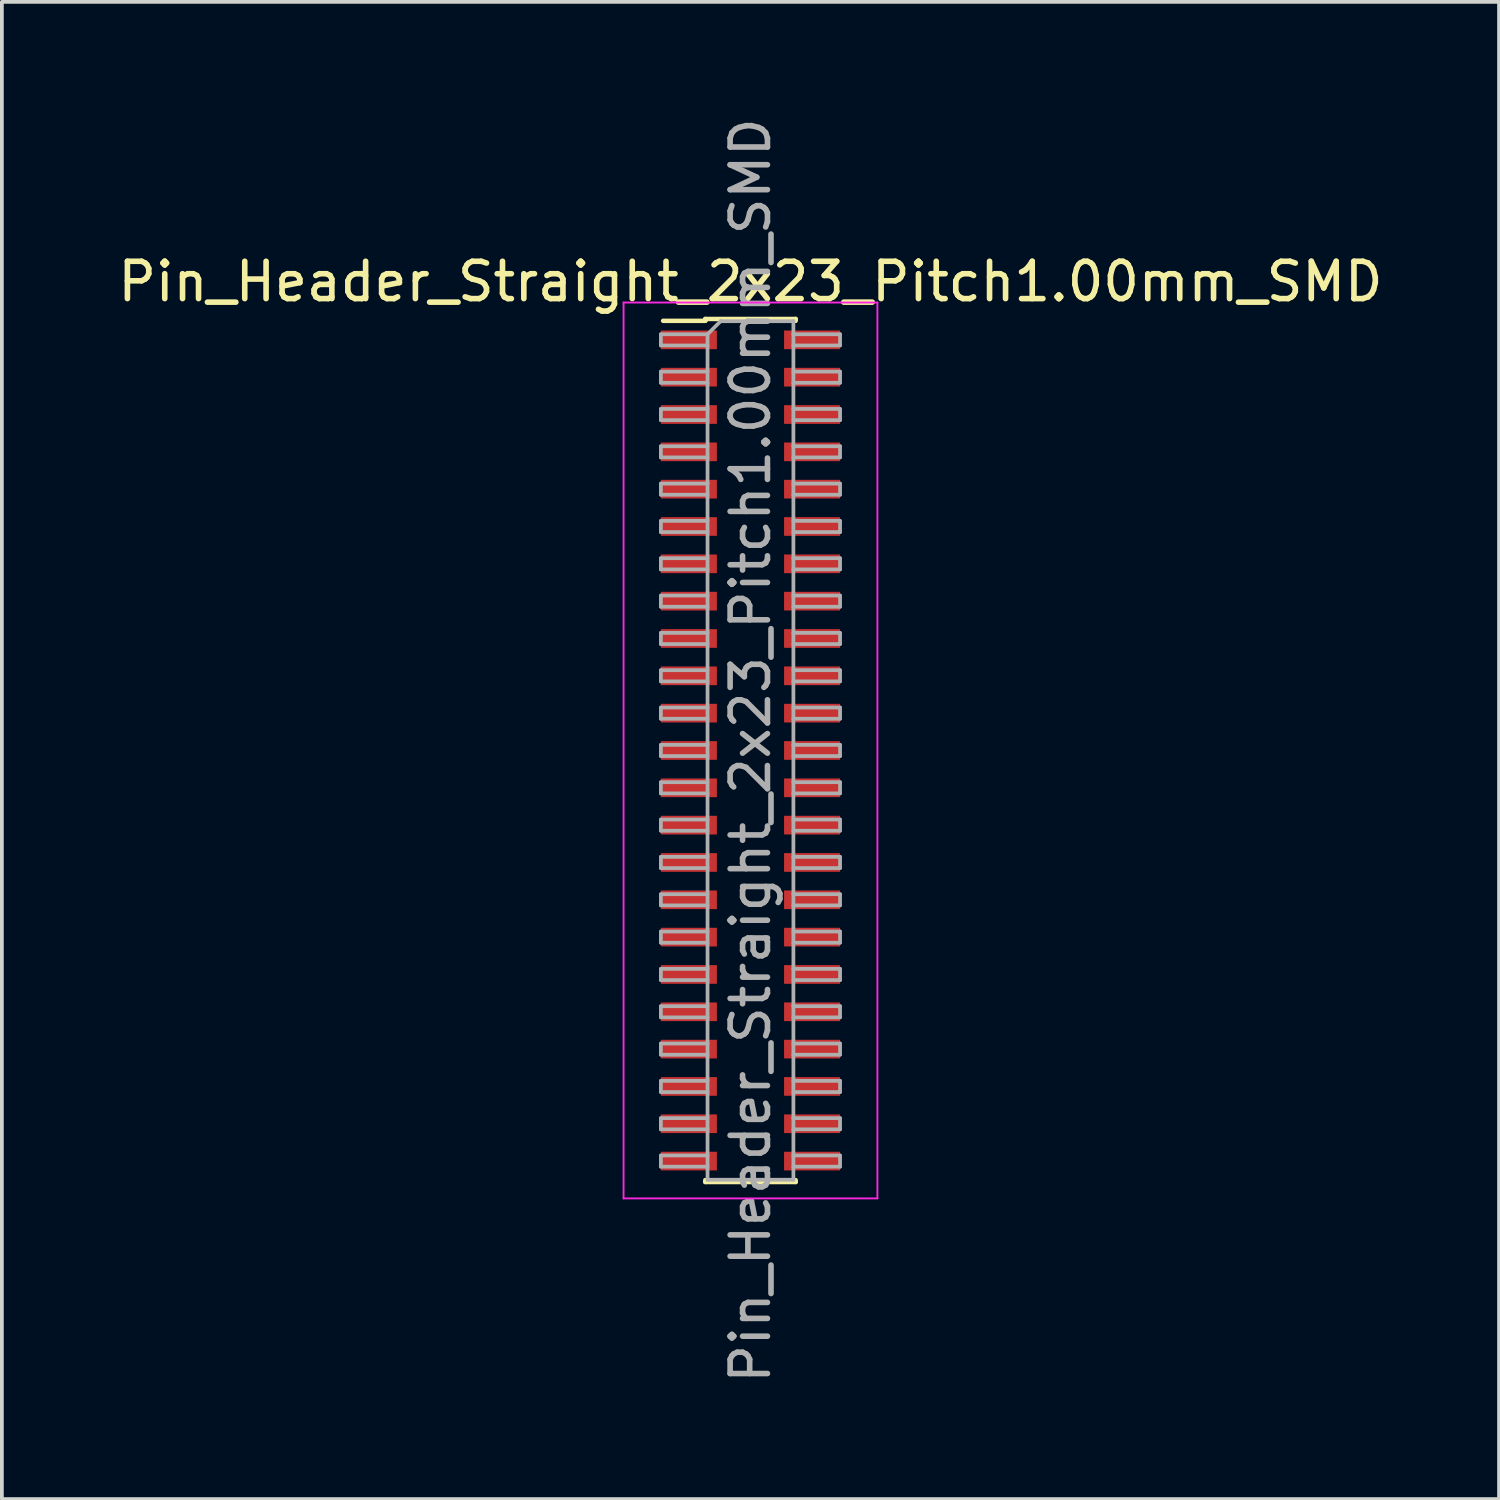
<source format=kicad_pcb>
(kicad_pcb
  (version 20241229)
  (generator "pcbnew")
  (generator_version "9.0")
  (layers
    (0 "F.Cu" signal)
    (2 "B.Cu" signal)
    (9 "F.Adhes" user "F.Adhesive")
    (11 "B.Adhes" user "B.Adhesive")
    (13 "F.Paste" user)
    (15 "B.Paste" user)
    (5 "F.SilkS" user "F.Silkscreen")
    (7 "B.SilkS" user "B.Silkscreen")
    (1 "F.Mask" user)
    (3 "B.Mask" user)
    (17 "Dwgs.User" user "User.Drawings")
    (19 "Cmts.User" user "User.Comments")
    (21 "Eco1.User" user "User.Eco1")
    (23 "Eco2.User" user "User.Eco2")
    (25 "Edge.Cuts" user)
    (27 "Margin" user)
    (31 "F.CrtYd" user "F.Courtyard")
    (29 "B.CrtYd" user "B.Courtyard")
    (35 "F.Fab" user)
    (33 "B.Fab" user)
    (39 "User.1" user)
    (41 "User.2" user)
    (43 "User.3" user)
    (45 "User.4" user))
  (footprint "Pin_Header_Straight_2x23_Pitch1.00mm_SMD"
    (layer "F.Cu")
    (at 17.054 17.054)
    (property "Reference" "Pin_Header_Straight_2x23_Pitch1.00mm_SMD" (at 0 -12.56 0) (layer "F.SilkS") (effects (font (size 1 1) (thickness 0.15))))
    (attr smd)
    (fp_line (start -2.34 -11.51) (end -1.21 -11.51) (stroke (width 0.12) (type solid)) (layer "F.SilkS"))
    (fp_line (start -1.21 -11.56) (end -1.21 -11.51) (stroke (width 0.12) (type solid)) (layer "F.SilkS"))
    (fp_line (start -1.21 -11.56) (end 1.21 -11.56) (stroke (width 0.12) (type solid)) (layer "F.SilkS"))
    (fp_line (start -1.21 11.51) (end -1.21 11.56) (stroke (width 0.12) (type solid)) (layer "F.SilkS"))
    (fp_line (start -1.21 11.56) (end 1.21 11.56) (stroke (width 0.12) (type solid)) (layer "F.SilkS"))
    (fp_line (start 1.21 -11.56) (end 1.21 -11.51) (stroke (width 0.12) (type solid)) (layer "F.SilkS"))
    (fp_line (start 1.21 11.51) (end 1.21 11.56) (stroke (width 0.12) (type solid)) (layer "F.SilkS"))
    (fp_line (start -3.4 -12) (end -3.4 12) (stroke (width 0.05) (type solid)) (layer "F.CrtYd"))
    (fp_line (start -3.4 12) (end 3.4 12) (stroke (width 0.05) (type solid)) (layer "F.CrtYd"))
    (fp_line (start 3.4 -12) (end -3.4 -12) (stroke (width 0.05) (type solid)) (layer "F.CrtYd"))
    (fp_line (start 3.4 12) (end 3.4 -12) (stroke (width 0.05) (type solid)) (layer "F.CrtYd"))
    (fp_line (start -2.4 -11.15) (end -2.4 -10.85) (stroke (width 0.1) (type solid)) (layer "F.Fab"))
    (fp_line (start -2.4 -10.85) (end -1.15 -10.85) (stroke (width 0.1) (type solid)) (layer "F.Fab"))
    (fp_line (start -2.4 -10.15) (end -2.4 -9.85) (stroke (width 0.1) (type solid)) (layer "F.Fab"))
    (fp_line (start -2.4 -9.85) (end -1.15 -9.85) (stroke (width 0.1) (type solid)) (layer "F.Fab"))
    (fp_line (start -2.4 -9.15) (end -2.4 -8.85) (stroke (width 0.1) (type solid)) (layer "F.Fab"))
    (fp_line (start -2.4 -8.85) (end -1.15 -8.85) (stroke (width 0.1) (type solid)) (layer "F.Fab"))
    (fp_line (start -2.4 -8.15) (end -2.4 -7.85) (stroke (width 0.1) (type solid)) (layer "F.Fab"))
    (fp_line (start -2.4 -7.85) (end -1.15 -7.85) (stroke (width 0.1) (type solid)) (layer "F.Fab"))
    (fp_line (start -2.4 -7.15) (end -2.4 -6.85) (stroke (width 0.1) (type solid)) (layer "F.Fab"))
    (fp_line (start -2.4 -6.85) (end -1.15 -6.85) (stroke (width 0.1) (type solid)) (layer "F.Fab"))
    (fp_line (start -2.4 -6.15) (end -2.4 -5.85) (stroke (width 0.1) (type solid)) (layer "F.Fab"))
    (fp_line (start -2.4 -5.85) (end -1.15 -5.85) (stroke (width 0.1) (type solid)) (layer "F.Fab"))
    (fp_line (start -2.4 -5.15) (end -2.4 -4.85) (stroke (width 0.1) (type solid)) (layer "F.Fab"))
    (fp_line (start -2.4 -4.85) (end -1.15 -4.85) (stroke (width 0.1) (type solid)) (layer "F.Fab"))
    (fp_line (start -2.4 -4.15) (end -2.4 -3.85) (stroke (width 0.1) (type solid)) (layer "F.Fab"))
    (fp_line (start -2.4 -3.85) (end -1.15 -3.85) (stroke (width 0.1) (type solid)) (layer "F.Fab"))
    (fp_line (start -2.4 -3.15) (end -2.4 -2.85) (stroke (width 0.1) (type solid)) (layer "F.Fab"))
    (fp_line (start -2.4 -2.85) (end -1.15 -2.85) (stroke (width 0.1) (type solid)) (layer "F.Fab"))
    (fp_line (start -2.4 -2.15) (end -2.4 -1.85) (stroke (width 0.1) (type solid)) (layer "F.Fab"))
    (fp_line (start -2.4 -1.85) (end -1.15 -1.85) (stroke (width 0.1) (type solid)) (layer "F.Fab"))
    (fp_line (start -2.4 -1.15) (end -2.4 -0.85) (stroke (width 0.1) (type solid)) (layer "F.Fab"))
    (fp_line (start -2.4 -0.85) (end -1.15 -0.85) (stroke (width 0.1) (type solid)) (layer "F.Fab"))
    (fp_line (start -2.4 -0.15) (end -2.4 0.15) (stroke (width 0.1) (type solid)) (layer "F.Fab"))
    (fp_line (start -2.4 0.15) (end -1.15 0.15) (stroke (width 0.1) (type solid)) (layer "F.Fab"))
    (fp_line (start -2.4 0.85) (end -2.4 1.15) (stroke (width 0.1) (type solid)) (layer "F.Fab"))
    (fp_line (start -2.4 1.15) (end -1.15 1.15) (stroke (width 0.1) (type solid)) (layer "F.Fab"))
    (fp_line (start -2.4 1.85) (end -2.4 2.15) (stroke (width 0.1) (type solid)) (layer "F.Fab"))
    (fp_line (start -2.4 2.15) (end -1.15 2.15) (stroke (width 0.1) (type solid)) (layer "F.Fab"))
    (fp_line (start -2.4 2.85) (end -2.4 3.15) (stroke (width 0.1) (type solid)) (layer "F.Fab"))
    (fp_line (start -2.4 3.15) (end -1.15 3.15) (stroke (width 0.1) (type solid)) (layer "F.Fab"))
    (fp_line (start -2.4 3.85) (end -2.4 4.15) (stroke (width 0.1) (type solid)) (layer "F.Fab"))
    (fp_line (start -2.4 4.15) (end -1.15 4.15) (stroke (width 0.1) (type solid)) (layer "F.Fab"))
    (fp_line (start -2.4 4.85) (end -2.4 5.15) (stroke (width 0.1) (type solid)) (layer "F.Fab"))
    (fp_line (start -2.4 5.15) (end -1.15 5.15) (stroke (width 0.1) (type solid)) (layer "F.Fab"))
    (fp_line (start -2.4 5.85) (end -2.4 6.15) (stroke (width 0.1) (type solid)) (layer "F.Fab"))
    (fp_line (start -2.4 6.15) (end -1.15 6.15) (stroke (width 0.1) (type solid)) (layer "F.Fab"))
    (fp_line (start -2.4 6.85) (end -2.4 7.15) (stroke (width 0.1) (type solid)) (layer "F.Fab"))
    (fp_line (start -2.4 7.15) (end -1.15 7.15) (stroke (width 0.1) (type solid)) (layer "F.Fab"))
    (fp_line (start -2.4 7.85) (end -2.4 8.15) (stroke (width 0.1) (type solid)) (layer "F.Fab"))
    (fp_line (start -2.4 8.15) (end -1.15 8.15) (stroke (width 0.1) (type solid)) (layer "F.Fab"))
    (fp_line (start -2.4 8.85) (end -2.4 9.15) (stroke (width 0.1) (type solid)) (layer "F.Fab"))
    (fp_line (start -2.4 9.15) (end -1.15 9.15) (stroke (width 0.1) (type solid)) (layer "F.Fab"))
    (fp_line (start -2.4 9.85) (end -2.4 10.15) (stroke (width 0.1) (type solid)) (layer "F.Fab"))
    (fp_line (start -2.4 10.15) (end -1.15 10.15) (stroke (width 0.1) (type solid)) (layer "F.Fab"))
    (fp_line (start -2.4 10.85) (end -2.4 11.15) (stroke (width 0.1) (type solid)) (layer "F.Fab"))
    (fp_line (start -2.4 11.15) (end -1.15 11.15) (stroke (width 0.1) (type solid)) (layer "F.Fab"))
    (fp_line (start -1.15 -11.15) (end -2.4 -11.15) (stroke (width 0.1) (type solid)) (layer "F.Fab"))
    (fp_line (start -1.15 -11.15) (end -0.8 -11.5) (stroke (width 0.1) (type solid)) (layer "F.Fab"))
    (fp_line (start -1.15 -10.15) (end -2.4 -10.15) (stroke (width 0.1) (type solid)) (layer "F.Fab"))
    (fp_line (start -1.15 -9.15) (end -2.4 -9.15) (stroke (width 0.1) (type solid)) (layer "F.Fab"))
    (fp_line (start -1.15 -8.15) (end -2.4 -8.15) (stroke (width 0.1) (type solid)) (layer "F.Fab"))
    (fp_line (start -1.15 -7.15) (end -2.4 -7.15) (stroke (width 0.1) (type solid)) (layer "F.Fab"))
    (fp_line (start -1.15 -6.15) (end -2.4 -6.15) (stroke (width 0.1) (type solid)) (layer "F.Fab"))
    (fp_line (start -1.15 -5.15) (end -2.4 -5.15) (stroke (width 0.1) (type solid)) (layer "F.Fab"))
    (fp_line (start -1.15 -4.15) (end -2.4 -4.15) (stroke (width 0.1) (type solid)) (layer "F.Fab"))
    (fp_line (start -1.15 -3.15) (end -2.4 -3.15) (stroke (width 0.1) (type solid)) (layer "F.Fab"))
    (fp_line (start -1.15 -2.15) (end -2.4 -2.15) (stroke (width 0.1) (type solid)) (layer "F.Fab"))
    (fp_line (start -1.15 -1.15) (end -2.4 -1.15) (stroke (width 0.1) (type solid)) (layer "F.Fab"))
    (fp_line (start -1.15 -0.15) (end -2.4 -0.15) (stroke (width 0.1) (type solid)) (layer "F.Fab"))
    (fp_line (start -1.15 0.85) (end -2.4 0.85) (stroke (width 0.1) (type solid)) (layer "F.Fab"))
    (fp_line (start -1.15 1.85) (end -2.4 1.85) (stroke (width 0.1) (type solid)) (layer "F.Fab"))
    (fp_line (start -1.15 2.85) (end -2.4 2.85) (stroke (width 0.1) (type solid)) (layer "F.Fab"))
    (fp_line (start -1.15 3.85) (end -2.4 3.85) (stroke (width 0.1) (type solid)) (layer "F.Fab"))
    (fp_line (start -1.15 4.85) (end -2.4 4.85) (stroke (width 0.1) (type solid)) (layer "F.Fab"))
    (fp_line (start -1.15 5.85) (end -2.4 5.85) (stroke (width 0.1) (type solid)) (layer "F.Fab"))
    (fp_line (start -1.15 6.85) (end -2.4 6.85) (stroke (width 0.1) (type solid)) (layer "F.Fab"))
    (fp_line (start -1.15 7.85) (end -2.4 7.85) (stroke (width 0.1) (type solid)) (layer "F.Fab"))
    (fp_line (start -1.15 8.85) (end -2.4 8.85) (stroke (width 0.1) (type solid)) (layer "F.Fab"))
    (fp_line (start -1.15 9.85) (end -2.4 9.85) (stroke (width 0.1) (type solid)) (layer "F.Fab"))
    (fp_line (start -1.15 10.85) (end -2.4 10.85) (stroke (width 0.1) (type solid)) (layer "F.Fab"))
    (fp_line (start -1.15 11.5) (end -1.15 -11.15) (stroke (width 0.1) (type solid)) (layer "F.Fab"))
    (fp_line (start -0.8 -11.5) (end 1.15 -11.5) (stroke (width 0.1) (type solid)) (layer "F.Fab"))
    (fp_line (start 1.15 -11.5) (end 1.15 11.5) (stroke (width 0.1) (type solid)) (layer "F.Fab"))
    (fp_line (start 1.15 -11.15) (end 2.4 -11.15) (stroke (width 0.1) (type solid)) (layer "F.Fab"))
    (fp_line (start 1.15 -10.15) (end 2.4 -10.15) (stroke (width 0.1) (type solid)) (layer "F.Fab"))
    (fp_line (start 1.15 -9.15) (end 2.4 -9.15) (stroke (width 0.1) (type solid)) (layer "F.Fab"))
    (fp_line (start 1.15 -8.15) (end 2.4 -8.15) (stroke (width 0.1) (type solid)) (layer "F.Fab"))
    (fp_line (start 1.15 -7.15) (end 2.4 -7.15) (stroke (width 0.1) (type solid)) (layer "F.Fab"))
    (fp_line (start 1.15 -6.15) (end 2.4 -6.15) (stroke (width 0.1) (type solid)) (layer "F.Fab"))
    (fp_line (start 1.15 -5.15) (end 2.4 -5.15) (stroke (width 0.1) (type solid)) (layer "F.Fab"))
    (fp_line (start 1.15 -4.15) (end 2.4 -4.15) (stroke (width 0.1) (type solid)) (layer "F.Fab"))
    (fp_line (start 1.15 -3.15) (end 2.4 -3.15) (stroke (width 0.1) (type solid)) (layer "F.Fab"))
    (fp_line (start 1.15 -2.15) (end 2.4 -2.15) (stroke (width 0.1) (type solid)) (layer "F.Fab"))
    (fp_line (start 1.15 -1.15) (end 2.4 -1.15) (stroke (width 0.1) (type solid)) (layer "F.Fab"))
    (fp_line (start 1.15 -0.15) (end 2.4 -0.15) (stroke (width 0.1) (type solid)) (layer "F.Fab"))
    (fp_line (start 1.15 0.85) (end 2.4 0.85) (stroke (width 0.1) (type solid)) (layer "F.Fab"))
    (fp_line (start 1.15 1.85) (end 2.4 1.85) (stroke (width 0.1) (type solid)) (layer "F.Fab"))
    (fp_line (start 1.15 2.85) (end 2.4 2.85) (stroke (width 0.1) (type solid)) (layer "F.Fab"))
    (fp_line (start 1.15 3.85) (end 2.4 3.85) (stroke (width 0.1) (type solid)) (layer "F.Fab"))
    (fp_line (start 1.15 4.85) (end 2.4 4.85) (stroke (width 0.1) (type solid)) (layer "F.Fab"))
    (fp_line (start 1.15 5.85) (end 2.4 5.85) (stroke (width 0.1) (type solid)) (layer "F.Fab"))
    (fp_line (start 1.15 6.85) (end 2.4 6.85) (stroke (width 0.1) (type solid)) (layer "F.Fab"))
    (fp_line (start 1.15 7.85) (end 2.4 7.85) (stroke (width 0.1) (type solid)) (layer "F.Fab"))
    (fp_line (start 1.15 8.85) (end 2.4 8.85) (stroke (width 0.1) (type solid)) (layer "F.Fab"))
    (fp_line (start 1.15 9.85) (end 2.4 9.85) (stroke (width 0.1) (type solid)) (layer "F.Fab"))
    (fp_line (start 1.15 10.85) (end 2.4 10.85) (stroke (width 0.1) (type solid)) (layer "F.Fab"))
    (fp_line (start 1.15 11.5) (end -1.15 11.5) (stroke (width 0.1) (type solid)) (layer "F.Fab"))
    (fp_line (start 2.4 -11.15) (end 2.4 -10.85) (stroke (width 0.1) (type solid)) (layer "F.Fab"))
    (fp_line (start 2.4 -10.85) (end 1.15 -10.85) (stroke (width 0.1) (type solid)) (layer "F.Fab"))
    (fp_line (start 2.4 -10.15) (end 2.4 -9.85) (stroke (width 0.1) (type solid)) (layer "F.Fab"))
    (fp_line (start 2.4 -9.85) (end 1.15 -9.85) (stroke (width 0.1) (type solid)) (layer "F.Fab"))
    (fp_line (start 2.4 -9.15) (end 2.4 -8.85) (stroke (width 0.1) (type solid)) (layer "F.Fab"))
    (fp_line (start 2.4 -8.85) (end 1.15 -8.85) (stroke (width 0.1) (type solid)) (layer "F.Fab"))
    (fp_line (start 2.4 -8.15) (end 2.4 -7.85) (stroke (width 0.1) (type solid)) (layer "F.Fab"))
    (fp_line (start 2.4 -7.85) (end 1.15 -7.85) (stroke (width 0.1) (type solid)) (layer "F.Fab"))
    (fp_line (start 2.4 -7.15) (end 2.4 -6.85) (stroke (width 0.1) (type solid)) (layer "F.Fab"))
    (fp_line (start 2.4 -6.85) (end 1.15 -6.85) (stroke (width 0.1) (type solid)) (layer "F.Fab"))
    (fp_line (start 2.4 -6.15) (end 2.4 -5.85) (stroke (width 0.1) (type solid)) (layer "F.Fab"))
    (fp_line (start 2.4 -5.85) (end 1.15 -5.85) (stroke (width 0.1) (type solid)) (layer "F.Fab"))
    (fp_line (start 2.4 -5.15) (end 2.4 -4.85) (stroke (width 0.1) (type solid)) (layer "F.Fab"))
    (fp_line (start 2.4 -4.85) (end 1.15 -4.85) (stroke (width 0.1) (type solid)) (layer "F.Fab"))
    (fp_line (start 2.4 -4.15) (end 2.4 -3.85) (stroke (width 0.1) (type solid)) (layer "F.Fab"))
    (fp_line (start 2.4 -3.85) (end 1.15 -3.85) (stroke (width 0.1) (type solid)) (layer "F.Fab"))
    (fp_line (start 2.4 -3.15) (end 2.4 -2.85) (stroke (width 0.1) (type solid)) (layer "F.Fab"))
    (fp_line (start 2.4 -2.85) (end 1.15 -2.85) (stroke (width 0.1) (type solid)) (layer "F.Fab"))
    (fp_line (start 2.4 -2.15) (end 2.4 -1.85) (stroke (width 0.1) (type solid)) (layer "F.Fab"))
    (fp_line (start 2.4 -1.85) (end 1.15 -1.85) (stroke (width 0.1) (type solid)) (layer "F.Fab"))
    (fp_line (start 2.4 -1.15) (end 2.4 -0.85) (stroke (width 0.1) (type solid)) (layer "F.Fab"))
    (fp_line (start 2.4 -0.85) (end 1.15 -0.85) (stroke (width 0.1) (type solid)) (layer "F.Fab"))
    (fp_line (start 2.4 -0.15) (end 2.4 0.15) (stroke (width 0.1) (type solid)) (layer "F.Fab"))
    (fp_line (start 2.4 0.15) (end 1.15 0.15) (stroke (width 0.1) (type solid)) (layer "F.Fab"))
    (fp_line (start 2.4 0.85) (end 2.4 1.15) (stroke (width 0.1) (type solid)) (layer "F.Fab"))
    (fp_line (start 2.4 1.15) (end 1.15 1.15) (stroke (width 0.1) (type solid)) (layer "F.Fab"))
    (fp_line (start 2.4 1.85) (end 2.4 2.15) (stroke (width 0.1) (type solid)) (layer "F.Fab"))
    (fp_line (start 2.4 2.15) (end 1.15 2.15) (stroke (width 0.1) (type solid)) (layer "F.Fab"))
    (fp_line (start 2.4 2.85) (end 2.4 3.15) (stroke (width 0.1) (type solid)) (layer "F.Fab"))
    (fp_line (start 2.4 3.15) (end 1.15 3.15) (stroke (width 0.1) (type solid)) (layer "F.Fab"))
    (fp_line (start 2.4 3.85) (end 2.4 4.15) (stroke (width 0.1) (type solid)) (layer "F.Fab"))
    (fp_line (start 2.4 4.15) (end 1.15 4.15) (stroke (width 0.1) (type solid)) (layer "F.Fab"))
    (fp_line (start 2.4 4.85) (end 2.4 5.15) (stroke (width 0.1) (type solid)) (layer "F.Fab"))
    (fp_line (start 2.4 5.15) (end 1.15 5.15) (stroke (width 0.1) (type solid)) (layer "F.Fab"))
    (fp_line (start 2.4 5.85) (end 2.4 6.15) (stroke (width 0.1) (type solid)) (layer "F.Fab"))
    (fp_line (start 2.4 6.15) (end 1.15 6.15) (stroke (width 0.1) (type solid)) (layer "F.Fab"))
    (fp_line (start 2.4 6.85) (end 2.4 7.15) (stroke (width 0.1) (type solid)) (layer "F.Fab"))
    (fp_line (start 2.4 7.15) (end 1.15 7.15) (stroke (width 0.1) (type solid)) (layer "F.Fab"))
    (fp_line (start 2.4 7.85) (end 2.4 8.15) (stroke (width 0.1) (type solid)) (layer "F.Fab"))
    (fp_line (start 2.4 8.15) (end 1.15 8.15) (stroke (width 0.1) (type solid)) (layer "F.Fab"))
    (fp_line (start 2.4 8.85) (end 2.4 9.15) (stroke (width 0.1) (type solid)) (layer "F.Fab"))
    (fp_line (start 2.4 9.15) (end 1.15 9.15) (stroke (width 0.1) (type solid)) (layer "F.Fab"))
    (fp_line (start 2.4 9.85) (end 2.4 10.15) (stroke (width 0.1) (type solid)) (layer "F.Fab"))
    (fp_line (start 2.4 10.15) (end 1.15 10.15) (stroke (width 0.1) (type solid)) (layer "F.Fab"))
    (fp_line (start 2.4 10.85) (end 2.4 11.15) (stroke (width 0.1) (type solid)) (layer "F.Fab"))
    (fp_line (start 2.4 11.15) (end 1.15 11.15) (stroke (width 0.1) (type solid)) (layer "F.Fab"))
    (fp_text user "${REFERENCE}" (at 0 0 90) (layer "F.Fab") (effects (font (size 1 1) (thickness 0.15))))
    (pad "1" smd rect (at -1.65 -11) (size 1.5 0.5) (layers "F.Cu" "F.Mask" "F.Paste"))
    (pad "2" smd rect (at 1.65 -11) (size 1.5 0.5) (layers "F.Cu" "F.Mask" "F.Paste"))
    (pad "3" smd rect (at -1.65 -10) (size 1.5 0.5) (layers "F.Cu" "F.Mask" "F.Paste"))
    (pad "4" smd rect (at 1.65 -10) (size 1.5 0.5) (layers "F.Cu" "F.Mask" "F.Paste"))
    (pad "5" smd rect (at -1.65 -9) (size 1.5 0.5) (layers "F.Cu" "F.Mask" "F.Paste"))
    (pad "6" smd rect (at 1.65 -9) (size 1.5 0.5) (layers "F.Cu" "F.Mask" "F.Paste"))
    (pad "7" smd rect (at -1.65 -8) (size 1.5 0.5) (layers "F.Cu" "F.Mask" "F.Paste"))
    (pad "8" smd rect (at 1.65 -8) (size 1.5 0.5) (layers "F.Cu" "F.Mask" "F.Paste"))
    (pad "9" smd rect (at -1.65 -7) (size 1.5 0.5) (layers "F.Cu" "F.Mask" "F.Paste"))
    (pad "10" smd rect (at 1.65 -7) (size 1.5 0.5) (layers "F.Cu" "F.Mask" "F.Paste"))
    (pad "11" smd rect (at -1.65 -6) (size 1.5 0.5) (layers "F.Cu" "F.Mask" "F.Paste"))
    (pad "12" smd rect (at 1.65 -6) (size 1.5 0.5) (layers "F.Cu" "F.Mask" "F.Paste"))
    (pad "13" smd rect (at -1.65 -5) (size 1.5 0.5) (layers "F.Cu" "F.Mask" "F.Paste"))
    (pad "14" smd rect (at 1.65 -5) (size 1.5 0.5) (layers "F.Cu" "F.Mask" "F.Paste"))
    (pad "15" smd rect (at -1.65 -4) (size 1.5 0.5) (layers "F.Cu" "F.Mask" "F.Paste"))
    (pad "16" smd rect (at 1.65 -4) (size 1.5 0.5) (layers "F.Cu" "F.Mask" "F.Paste"))
    (pad "17" smd rect (at -1.65 -3) (size 1.5 0.5) (layers "F.Cu" "F.Mask" "F.Paste"))
    (pad "18" smd rect (at 1.65 -3) (size 1.5 0.5) (layers "F.Cu" "F.Mask" "F.Paste"))
    (pad "19" smd rect (at -1.65 -2) (size 1.5 0.5) (layers "F.Cu" "F.Mask" "F.Paste"))
    (pad "20" smd rect (at 1.65 -2) (size 1.5 0.5) (layers "F.Cu" "F.Mask" "F.Paste"))
    (pad "21" smd rect (at -1.65 -1) (size 1.5 0.5) (layers "F.Cu" "F.Mask" "F.Paste"))
    (pad "22" smd rect (at 1.65 -1) (size 1.5 0.5) (layers "F.Cu" "F.Mask" "F.Paste"))
    (pad "23" smd rect (at -1.65 0) (size 1.5 0.5) (layers "F.Cu" "F.Mask" "F.Paste"))
    (pad "24" smd rect (at 1.65 0) (size 1.5 0.5) (layers "F.Cu" "F.Mask" "F.Paste"))
    (pad "25" smd rect (at -1.65 1) (size 1.5 0.5) (layers "F.Cu" "F.Mask" "F.Paste"))
    (pad "26" smd rect (at 1.65 1) (size 1.5 0.5) (layers "F.Cu" "F.Mask" "F.Paste"))
    (pad "27" smd rect (at -1.65 2) (size 1.5 0.5) (layers "F.Cu" "F.Mask" "F.Paste"))
    (pad "28" smd rect (at 1.65 2) (size 1.5 0.5) (layers "F.Cu" "F.Mask" "F.Paste"))
    (pad "29" smd rect (at -1.65 3) (size 1.5 0.5) (layers "F.Cu" "F.Mask" "F.Paste"))
    (pad "30" smd rect (at 1.65 3) (size 1.5 0.5) (layers "F.Cu" "F.Mask" "F.Paste"))
    (pad "31" smd rect (at -1.65 4) (size 1.5 0.5) (layers "F.Cu" "F.Mask" "F.Paste"))
    (pad "32" smd rect (at 1.65 4) (size 1.5 0.5) (layers "F.Cu" "F.Mask" "F.Paste"))
    (pad "33" smd rect (at -1.65 5) (size 1.5 0.5) (layers "F.Cu" "F.Mask" "F.Paste"))
    (pad "34" smd rect (at 1.65 5) (size 1.5 0.5) (layers "F.Cu" "F.Mask" "F.Paste"))
    (pad "35" smd rect (at -1.65 6) (size 1.5 0.5) (layers "F.Cu" "F.Mask" "F.Paste"))
    (pad "36" smd rect (at 1.65 6) (size 1.5 0.5) (layers "F.Cu" "F.Mask" "F.Paste"))
    (pad "37" smd rect (at -1.65 7) (size 1.5 0.5) (layers "F.Cu" "F.Mask" "F.Paste"))
    (pad "38" smd rect (at 1.65 7) (size 1.5 0.5) (layers "F.Cu" "F.Mask" "F.Paste"))
    (pad "39" smd rect (at -1.65 8) (size 1.5 0.5) (layers "F.Cu" "F.Mask" "F.Paste"))
    (pad "40" smd rect (at 1.65 8) (size 1.5 0.5) (layers "F.Cu" "F.Mask" "F.Paste"))
    (pad "41" smd rect (at -1.65 9) (size 1.5 0.5) (layers "F.Cu" "F.Mask" "F.Paste"))
    (pad "42" smd rect (at 1.65 9) (size 1.5 0.5) (layers "F.Cu" "F.Mask" "F.Paste"))
    (pad "43" smd rect (at -1.65 10) (size 1.5 0.5) (layers "F.Cu" "F.Mask" "F.Paste"))
    (pad "44" smd rect (at 1.65 10) (size 1.5 0.5) (layers "F.Cu" "F.Mask" "F.Paste"))
    (pad "45" smd rect (at -1.65 11) (size 1.5 0.5) (layers "F.Cu" "F.Mask" "F.Paste"))
    (pad "46" smd rect (at 1.65 11) (size 1.5 0.5) (layers "F.Cu" "F.Mask" "F.Paste")))
  (gr_rect
    (start -3 -3)
    (end 37.107 37.107)
    (stroke (width 0.1) (type default))
    (fill no)
    (layer "Edge.Cuts")))
</source>
